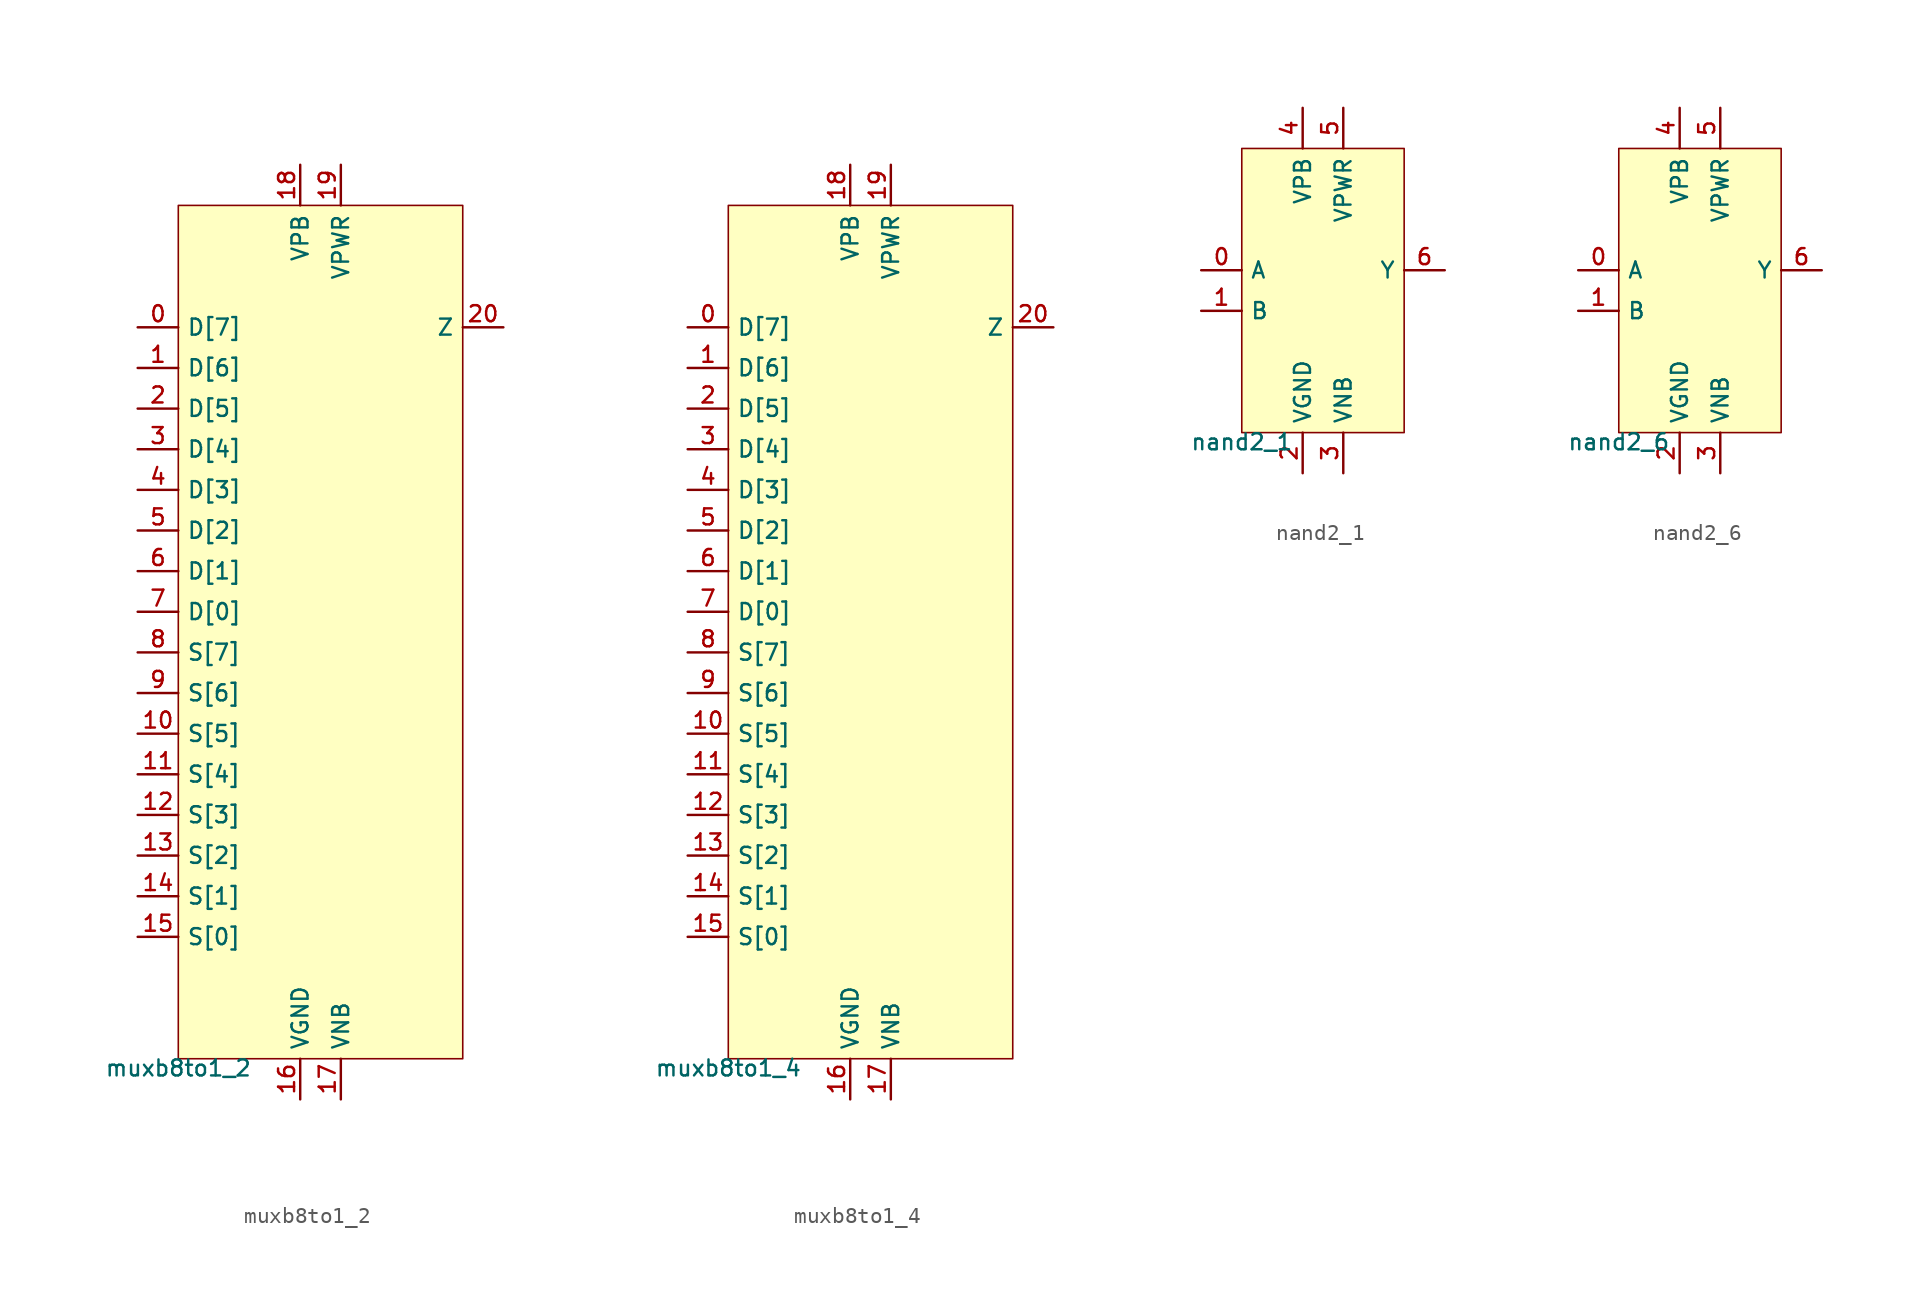
<source format=kicad_sym>
(kicad_symbol_lib
  (version 20211014)
  (generator lef2kicad_sym)
  (symbol "muxb8to1_2"
    (property "Reference" "CELL"
      (at 0 0 0)
      (effects (font (size 1 1)) hide))
    (property "Value" "muxb8to1_2"
      (at -8.89 -26.67 0)
      (effects (font (size 1 1)) (justify top)))
    (rectangle
      (start -8.89 -26.67)
      (end 8.89 26.67)
      (stroke (width 0.1) (type solid) (color 0 0 0 0))
      (fill (type background)))
    (pin input line
      (at -11.43 19.05 0)
      (length 2.54)
      (name "D[7]" (effects (font (size 1 1)) hide))
      (number "0" (effects (font (size 1 1)) hide)))
    (pin input line
      (at -11.43 16.51 0)
      (length 2.54)
      (name "D[6]" (effects (font (size 1 1)) hide))
      (number "1" (effects (font (size 1 1)) hide)))
    (pin input line
      (at -11.43 13.97 0)
      (length 2.54)
      (name "D[5]" (effects (font (size 1 1)) hide))
      (number "2" (effects (font (size 1 1)) hide)))
    (pin input line
      (at -11.43 11.43 0)
      (length 2.54)
      (name "D[4]" (effects (font (size 1 1)) hide))
      (number "3" (effects (font (size 1 1)) hide)))
    (pin input line
      (at -11.43 8.89 0)
      (length 2.54)
      (name "D[3]" (effects (font (size 1 1)) hide))
      (number "4" (effects (font (size 1 1)) hide)))
    (pin input line
      (at -11.43 6.35 0)
      (length 2.54)
      (name "D[2]" (effects (font (size 1 1)) hide))
      (number "5" (effects (font (size 1 1)) hide)))
    (pin input line
      (at -11.43 3.81 0)
      (length 2.54)
      (name "D[1]" (effects (font (size 1 1)) hide))
      (number "6" (effects (font (size 1 1)) hide)))
    (pin input line
      (at -11.43 1.27 0)
      (length 2.54)
      (name "D[0]" (effects (font (size 1 1)) hide))
      (number "7" (effects (font (size 1 1)) hide)))
    (pin input line
      (at -11.43 -1.27 0)
      (length 2.54)
      (name "S[7]" (effects (font (size 1 1)) hide))
      (number "8" (effects (font (size 1 1)) hide)))
    (pin input line
      (at -11.43 -3.81 0)
      (length 2.54)
      (name "S[6]" (effects (font (size 1 1)) hide))
      (number "9" (effects (font (size 1 1)) hide)))
    (pin input line
      (at -11.43 -6.35 0)
      (length 2.54)
      (name "S[5]" (effects (font (size 1 1)) hide))
      (number "10" (effects (font (size 1 1)) hide)))
    (pin input line
      (at -11.43 -8.89 0)
      (length 2.54)
      (name "S[4]" (effects (font (size 1 1)) hide))
      (number "11" (effects (font (size 1 1)) hide)))
    (pin input line
      (at -11.43 -11.43 0)
      (length 2.54)
      (name "S[3]" (effects (font (size 1 1)) hide))
      (number "12" (effects (font (size 1 1)) hide)))
    (pin input line
      (at -11.43 -13.97 0)
      (length 2.54)
      (name "S[2]" (effects (font (size 1 1)) hide))
      (number "13" (effects (font (size 1 1)) hide)))
    (pin input line
      (at -11.43 -16.51 0)
      (length 2.54)
      (name "S[1]" (effects (font (size 1 1)) hide))
      (number "14" (effects (font (size 1 1)) hide)))
    (pin input line
      (at -11.43 -19.05 0)
      (length 2.54)
      (name "S[0]" (effects (font (size 1 1)) hide))
      (number "15" (effects (font (size 1 1)) hide)))
    (pin power_in line
      (at -1.27 -29.21 90)
      (length 2.54)
      (name "VGND" (effects (font (size 1 1)) hide))
      (number "16" (effects (font (size 1 1)) hide)))
    (pin power_in line
      (at 1.27 -29.21 90)
      (length 2.54)
      (name "VNB" (effects (font (size 1 1)) hide))
      (number "17" (effects (font (size 1 1)) hide)))
    (pin power_in line
      (at -1.27 29.21 270)
      (length 2.54)
      (name "VPB" (effects (font (size 1 1)) hide))
      (number "18" (effects (font (size 1 1)) hide)))
    (pin power_in line
      (at 1.27 29.21 270)
      (length 2.54)
      (name "VPWR" (effects (font (size 1 1)) hide))
      (number "19" (effects (font (size 1 1)) hide)))
    (pin output line
      (at 11.43 19.05 180)
      (length 2.54)
      (name "Z" (effects (font (size 1 1)) hide))
      (number "20" (effects (font (size 1 1)) hide))))
  (symbol "muxb8to1_4"
    (property "Reference" "CELL"
      (at 0 0 0)
      (effects (font (size 1 1)) hide))
    (property "Value" "muxb8to1_4"
      (at -8.89 -26.67 0)
      (effects (font (size 1 1)) (justify top)))
    (rectangle
      (start -8.89 -26.67)
      (end 8.89 26.67)
      (stroke (width 0.1) (type solid) (color 0 0 0 0))
      (fill (type background)))
    (pin input line
      (at -11.43 19.05 0)
      (length 2.54)
      (name "D[7]" (effects (font (size 1 1)) hide))
      (number "0" (effects (font (size 1 1)) hide)))
    (pin input line
      (at -11.43 16.51 0)
      (length 2.54)
      (name "D[6]" (effects (font (size 1 1)) hide))
      (number "1" (effects (font (size 1 1)) hide)))
    (pin input line
      (at -11.43 13.97 0)
      (length 2.54)
      (name "D[5]" (effects (font (size 1 1)) hide))
      (number "2" (effects (font (size 1 1)) hide)))
    (pin input line
      (at -11.43 11.43 0)
      (length 2.54)
      (name "D[4]" (effects (font (size 1 1)) hide))
      (number "3" (effects (font (size 1 1)) hide)))
    (pin input line
      (at -11.43 8.89 0)
      (length 2.54)
      (name "D[3]" (effects (font (size 1 1)) hide))
      (number "4" (effects (font (size 1 1)) hide)))
    (pin input line
      (at -11.43 6.35 0)
      (length 2.54)
      (name "D[2]" (effects (font (size 1 1)) hide))
      (number "5" (effects (font (size 1 1)) hide)))
    (pin input line
      (at -11.43 3.81 0)
      (length 2.54)
      (name "D[1]" (effects (font (size 1 1)) hide))
      (number "6" (effects (font (size 1 1)) hide)))
    (pin input line
      (at -11.43 1.27 0)
      (length 2.54)
      (name "D[0]" (effects (font (size 1 1)) hide))
      (number "7" (effects (font (size 1 1)) hide)))
    (pin input line
      (at -11.43 -1.27 0)
      (length 2.54)
      (name "S[7]" (effects (font (size 1 1)) hide))
      (number "8" (effects (font (size 1 1)) hide)))
    (pin input line
      (at -11.43 -3.81 0)
      (length 2.54)
      (name "S[6]" (effects (font (size 1 1)) hide))
      (number "9" (effects (font (size 1 1)) hide)))
    (pin input line
      (at -11.43 -6.35 0)
      (length 2.54)
      (name "S[5]" (effects (font (size 1 1)) hide))
      (number "10" (effects (font (size 1 1)) hide)))
    (pin input line
      (at -11.43 -8.89 0)
      (length 2.54)
      (name "S[4]" (effects (font (size 1 1)) hide))
      (number "11" (effects (font (size 1 1)) hide)))
    (pin input line
      (at -11.43 -11.43 0)
      (length 2.54)
      (name "S[3]" (effects (font (size 1 1)) hide))
      (number "12" (effects (font (size 1 1)) hide)))
    (pin input line
      (at -11.43 -13.97 0)
      (length 2.54)
      (name "S[2]" (effects (font (size 1 1)) hide))
      (number "13" (effects (font (size 1 1)) hide)))
    (pin input line
      (at -11.43 -16.51 0)
      (length 2.54)
      (name "S[1]" (effects (font (size 1 1)) hide))
      (number "14" (effects (font (size 1 1)) hide)))
    (pin input line
      (at -11.43 -19.05 0)
      (length 2.54)
      (name "S[0]" (effects (font (size 1 1)) hide))
      (number "15" (effects (font (size 1 1)) hide)))
    (pin power_in line
      (at -1.27 -29.21 90)
      (length 2.54)
      (name "VGND" (effects (font (size 1 1)) hide))
      (number "16" (effects (font (size 1 1)) hide)))
    (pin power_in line
      (at 1.27 -29.21 90)
      (length 2.54)
      (name "VNB" (effects (font (size 1 1)) hide))
      (number "17" (effects (font (size 1 1)) hide)))
    (pin power_in line
      (at -1.27 29.21 270)
      (length 2.54)
      (name "VPB" (effects (font (size 1 1)) hide))
      (number "18" (effects (font (size 1 1)) hide)))
    (pin power_in line
      (at 1.27 29.21 270)
      (length 2.54)
      (name "VPWR" (effects (font (size 1 1)) hide))
      (number "19" (effects (font (size 1 1)) hide)))
    (pin output line
      (at 11.43 19.05 180)
      (length 2.54)
      (name "Z" (effects (font (size 1 1)) hide))
      (number "20" (effects (font (size 1 1)) hide))))
  (symbol "nand2_1"
    (property "Reference" "CELL"
      (at 0 0 0)
      (effects (font (size 1 1)) hide))
    (property "Value" "nand2_1"
      (at -5.08 -8.89 0)
      (effects (font (size 1 1)) (justify top)))
    (rectangle
      (start -5.08 -8.89)
      (end 5.08 8.89)
      (stroke (width 0.1) (type solid) (color 0 0 0 0))
      (fill (type background)))
    (pin input line
      (at -7.62 1.27 0)
      (length 2.54)
      (name "A" (effects (font (size 1 1)) hide))
      (number "0" (effects (font (size 1 1)) hide)))
    (pin input line
      (at -7.62 -1.27 0)
      (length 2.54)
      (name "B" (effects (font (size 1 1)) hide))
      (number "1" (effects (font (size 1 1)) hide)))
    (pin power_in line
      (at -1.27 -11.43 90)
      (length 2.54)
      (name "VGND" (effects (font (size 1 1)) hide))
      (number "2" (effects (font (size 1 1)) hide)))
    (pin power_in line
      (at 1.27 -11.43 90)
      (length 2.54)
      (name "VNB" (effects (font (size 1 1)) hide))
      (number "3" (effects (font (size 1 1)) hide)))
    (pin power_in line
      (at -1.27 11.43 270)
      (length 2.54)
      (name "VPB" (effects (font (size 1 1)) hide))
      (number "4" (effects (font (size 1 1)) hide)))
    (pin power_in line
      (at 1.27 11.43 270)
      (length 2.54)
      (name "VPWR" (effects (font (size 1 1)) hide))
      (number "5" (effects (font (size 1 1)) hide)))
    (pin output line
      (at 7.62 1.27 180)
      (length 2.54)
      (name "Y" (effects (font (size 1 1)) hide))
      (number "6" (effects (font (size 1 1)) hide))))
  (symbol "nand2_6"
    (property "Reference" "CELL"
      (at 0 0 0)
      (effects (font (size 1 1)) hide))
    (property "Value" "nand2_6"
      (at -5.08 -8.89 0)
      (effects (font (size 1 1)) (justify top)))
    (rectangle
      (start -5.08 -8.89)
      (end 5.08 8.89)
      (stroke (width 0.1) (type solid) (color 0 0 0 0))
      (fill (type background)))
    (pin input line
      (at -7.62 1.27 0)
      (length 2.54)
      (name "A" (effects (font (size 1 1)) hide))
      (number "0" (effects (font (size 1 1)) hide)))
    (pin input line
      (at -7.62 -1.27 0)
      (length 2.54)
      (name "B" (effects (font (size 1 1)) hide))
      (number "1" (effects (font (size 1 1)) hide)))
    (pin power_in line
      (at -1.27 -11.43 90)
      (length 2.54)
      (name "VGND" (effects (font (size 1 1)) hide))
      (number "2" (effects (font (size 1 1)) hide)))
    (pin power_in line
      (at 1.27 -11.43 90)
      (length 2.54)
      (name "VNB" (effects (font (size 1 1)) hide))
      (number "3" (effects (font (size 1 1)) hide)))
    (pin power_in line
      (at -1.27 11.43 270)
      (length 2.54)
      (name "VPB" (effects (font (size 1 1)) hide))
      (number "4" (effects (font (size 1 1)) hide)))
    (pin power_in line
      (at 1.27 11.43 270)
      (length 2.54)
      (name "VPWR" (effects (font (size 1 1)) hide))
      (number "5" (effects (font (size 1 1)) hide)))
    (pin output line
      (at 7.62 1.27 180)
      (length 2.54)
      (name "Y" (effects (font (size 1 1)) hide))
      (number "6" (effects (font (size 1 1)) hide)))))
</source>
